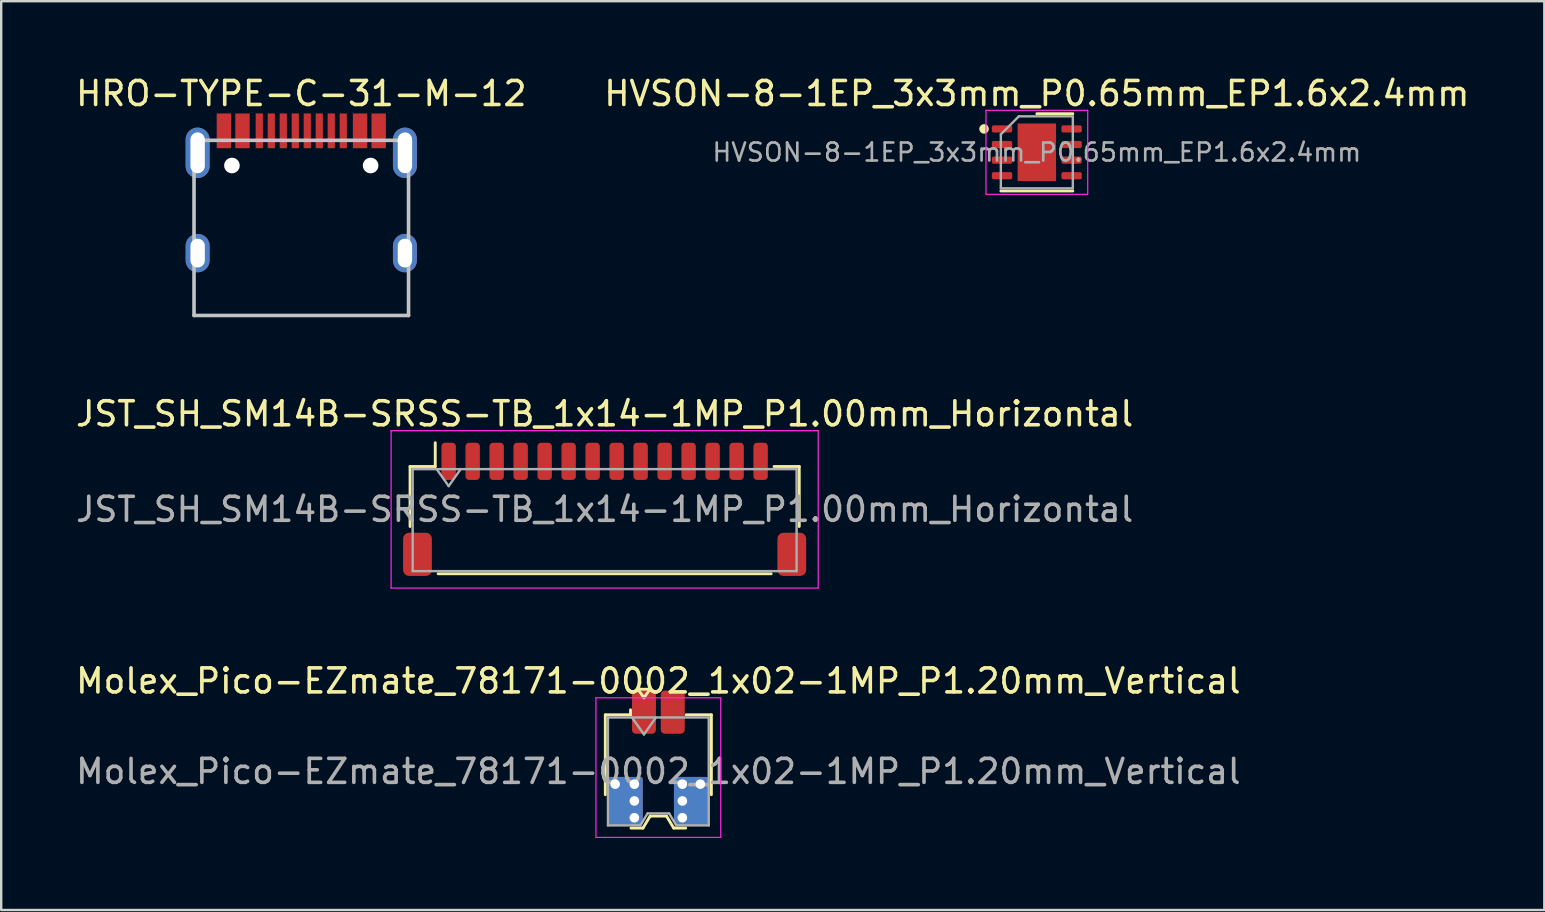
<source format=kicad_pcb>
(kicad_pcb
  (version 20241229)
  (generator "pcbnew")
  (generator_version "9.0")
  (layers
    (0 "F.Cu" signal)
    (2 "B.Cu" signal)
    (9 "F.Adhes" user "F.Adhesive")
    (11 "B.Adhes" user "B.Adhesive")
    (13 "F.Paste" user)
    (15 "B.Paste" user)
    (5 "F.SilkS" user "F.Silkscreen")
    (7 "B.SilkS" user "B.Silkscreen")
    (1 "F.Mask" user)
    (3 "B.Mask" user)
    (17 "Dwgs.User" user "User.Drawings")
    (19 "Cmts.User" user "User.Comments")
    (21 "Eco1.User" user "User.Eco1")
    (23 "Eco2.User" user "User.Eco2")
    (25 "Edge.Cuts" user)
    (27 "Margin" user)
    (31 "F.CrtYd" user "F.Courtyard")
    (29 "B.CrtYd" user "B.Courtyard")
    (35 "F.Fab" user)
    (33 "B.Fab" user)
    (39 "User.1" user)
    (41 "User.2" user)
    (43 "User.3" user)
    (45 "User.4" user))
  (footprint "HRO-TYPE-C-31-M-12"
    (layer "F.Cu")
    (at 9.506 10.098)
    (property "Reference" "HRO-TYPE-C-31-M-12" (at 0 -9.25 0) (layer "F.SilkS") (effects (font (size 1 1) (thickness 0.15))))
    (attr smd)
    (fp_line (start -4.47 -7.3) (end 4.47 -7.3) (stroke (width 0.15) (type solid)) (layer "Dwgs.User"))
    (fp_line (start -4.47 0) (end -4.47 -7.3) (stroke (width 0.15) (type solid)) (layer "Dwgs.User"))
    (fp_line (start -4.47 0) (end 4.47 0) (stroke (width 0.15) (type solid)) (layer "Dwgs.User"))
    (fp_line (start 4.47 0) (end 4.47 -7.3) (stroke (width 0.15) (type solid)) (layer "Dwgs.User"))
    (pad "" np_thru_hole circle (at -2.89 -6.25) (size 0.65 0.65) (drill 0.65) (layers "*.Cu" "*.Mask"))
    (pad "" np_thru_hole circle (at 2.89 -6.25) (size 0.65 0.65) (drill 0.65) (layers "*.Cu" "*.Mask"))
    (pad "A1" smd rect (at -3.225 -7.695) (size 0.6 1.45) (layers "F.Cu" "F.Mask" "F.Paste"))
    (pad "A4" smd rect (at -2.45 -7.695) (size 0.6 1.45) (layers "F.Cu" "F.Mask" "F.Paste"))
    (pad "A5" smd rect (at -1.25 -7.695) (size 0.3 1.45) (layers "F.Cu" "F.Mask" "F.Paste"))
    (pad "A6" smd rect (at -0.25 -7.695) (size 0.3 1.45) (layers "F.Cu" "F.Mask" "F.Paste"))
    (pad "A7" smd rect (at 0.25 -7.695) (size 0.3 1.45) (layers "F.Cu" "F.Mask" "F.Paste"))
    (pad "A8" smd rect (at 1.25 -7.695) (size 0.3 1.45) (layers "F.Cu" "F.Mask" "F.Paste"))
    (pad "A9" smd rect (at 2.45 -7.695) (size 0.6 1.45) (layers "F.Cu" "F.Mask" "F.Paste"))
    (pad "A12" smd rect (at 3.225 -7.695) (size 0.6 1.45) (layers "F.Cu" "F.Mask" "F.Paste"))
    (pad "B5" smd rect (at 1.75 -7.695) (size 0.3 1.45) (layers "F.Cu" "F.Mask" "F.Paste"))
    (pad "B6" smd rect (at 0.75 -7.695) (size 0.3 1.45) (layers "F.Cu" "F.Mask" "F.Paste"))
    (pad "B7" smd rect (at -0.75 -7.695) (size 0.3 1.45) (layers "F.Cu" "F.Mask" "F.Paste"))
    (pad "B8" smd rect (at -1.75 -7.695) (size 0.3 1.45) (layers "F.Cu" "F.Mask" "F.Paste"))
    (pad "S1" thru_hole oval (at -4.32 -6.78) (size 1 2.1) (drill oval 0.6 1.7) (layers "*.Cu" "*.Mask"))
    (pad "S1" thru_hole oval (at -4.32 -2.6) (size 1 1.6) (drill oval 0.6 1.2) (layers "*.Cu" "*.Mask"))
    (pad "S1" thru_hole oval (at 4.32 -6.78) (size 1 2.1) (drill oval 0.6 1.7) (layers "*.Cu" "*.Mask"))
    (pad "S1" thru_hole oval (at 4.32 -2.6) (size 1 1.6) (drill oval 0.6 1.2) (layers "*.Cu" "*.Mask")))
  (footprint "HVSON-8-1EP_3x3mm_P0.65mm_EP1.6x2.4mm"
    (layer "F.Cu")
    (at 40.161 3.298)
    (property "Reference" "HVSON-8-1EP_3x3mm_P0.65mm_EP1.6x2.4mm" (at 0 -2.45 0) (layer "F.SilkS") (effects (font (size 1 1) (thickness 0.15))))
    (attr smd)
    (fp_line (start -1.5 1.61) (end 1.5 1.61) (stroke (width 0.12) (type solid)) (layer "F.SilkS"))
    (fp_line (start 0 -1.61) (end 1.5 -1.61) (stroke (width 0.12) (type solid)) (layer "F.SilkS"))
    (fp_circle (center -2.2 -0.975) (end -2.1 -0.975) (stroke (width 0.2) (type solid)) (fill no) (layer "F.SilkS"))
    (fp_line (start -2.12 -1.75) (end -2.12 1.75) (stroke (width 0.05) (type solid)) (layer "F.CrtYd"))
    (fp_line (start -2.12 1.75) (end 2.12 1.75) (stroke (width 0.05) (type solid)) (layer "F.CrtYd"))
    (fp_line (start 2.12 -1.75) (end -2.12 -1.75) (stroke (width 0.05) (type solid)) (layer "F.CrtYd"))
    (fp_line (start 2.12 1.75) (end 2.12 -1.75) (stroke (width 0.05) (type solid)) (layer "F.CrtYd"))
    (fp_line (start -1.5 -0.75) (end -0.75 -1.5) (stroke (width 0.1) (type solid)) (layer "F.Fab"))
    (fp_line (start -1.5 1.5) (end -1.5 -0.75) (stroke (width 0.1) (type solid)) (layer "F.Fab"))
    (fp_line (start -0.75 -1.5) (end 1.5 -1.5) (stroke (width 0.1) (type solid)) (layer "F.Fab"))
    (fp_line (start 1.5 -1.5) (end 1.5 1.5) (stroke (width 0.1) (type solid)) (layer "F.Fab"))
    (fp_line (start 1.5 1.5) (end -1.5 1.5) (stroke (width 0.1) (type solid)) (layer "F.Fab"))
    (fp_text user "${REFERENCE}" (at 0 0 0) (layer "F.Fab") (effects (font (size 0.75 0.75) (thickness 0.11))))
    (pad "" smd roundrect (at -0.4 -0.6) (size 0.64 0.97) (layers "F.Paste") (roundrect_rratio 0.25))
    (pad "" smd roundrect (at -0.4 0.6) (size 0.64 0.97) (layers "F.Paste") (roundrect_rratio 0.25))
    (pad "" smd roundrect (at 0.4 -0.6) (size 0.64 0.97) (layers "F.Paste") (roundrect_rratio 0.25))
    (pad "" smd roundrect (at 0.4 0.6) (size 0.64 0.97) (layers "F.Paste") (roundrect_rratio 0.25))
    (pad "1" smd roundrect (at -1.45 -0.975) (size 0.85 0.3) (layers "F.Cu" "F.Mask" "F.Paste") (roundrect_rratio 0.25))
    (pad "2" smd roundrect (at -1.45 -0.325) (size 0.85 0.3) (layers "F.Cu" "F.Mask" "F.Paste") (roundrect_rratio 0.25))
    (pad "3" smd roundrect (at -1.45 0.325) (size 0.85 0.3) (layers "F.Cu" "F.Mask" "F.Paste") (roundrect_rratio 0.25))
    (pad "4" smd roundrect (at -1.45 0.975) (size 0.85 0.3) (layers "F.Cu" "F.Mask" "F.Paste") (roundrect_rratio 0.25))
    (pad "5" smd roundrect (at 1.45 0.975) (size 0.85 0.3) (layers "F.Cu" "F.Mask" "F.Paste") (roundrect_rratio 0.25))
    (pad "6" smd roundrect (at 1.45 0.325) (size 0.85 0.3) (layers "F.Cu" "F.Mask" "F.Paste") (roundrect_rratio 0.25))
    (pad "7" smd roundrect (at 1.45 -0.325) (size 0.85 0.3) (layers "F.Cu" "F.Mask" "F.Paste") (roundrect_rratio 0.25))
    (pad "8" smd roundrect (at 1.45 -0.975) (size 0.85 0.3) (layers "F.Cu" "F.Mask" "F.Paste") (roundrect_rratio 0.25))
    (pad "9" smd rect (at 0 0) (size 1.6 2.4) (layers "F.Cu" "F.Mask")))
  (footprint "JST_SH_SM14B-SRSS-TB_1x14-1MP_P1.00mm_Horizontal"
    (layer "F.Cu")
    (at 22.149 18.177)
    (property "Reference" "JST_SH_SM14B-SRSS-TB_1x14-1MP_P1.00mm_Horizontal" (at 0 -3.98 0) (layer "F.SilkS") (effects (font (size 1 1) (thickness 0.15))))
    (attr smd)
    (fp_line (start -8.11 -1.785) (end -7.06 -1.785) (stroke (width 0.12) (type solid)) (layer "F.SilkS"))
    (fp_line (start -8.11 0.715) (end -8.11 -1.785) (stroke (width 0.12) (type solid)) (layer "F.SilkS"))
    (fp_line (start -7.06 -1.785) (end -7.06 -2.775) (stroke (width 0.12) (type solid)) (layer "F.SilkS"))
    (fp_line (start -6.94 2.685) (end 6.94 2.685) (stroke (width 0.12) (type solid)) (layer "F.SilkS"))
    (fp_line (start 8.11 -1.785) (end 7.06 -1.785) (stroke (width 0.12) (type solid)) (layer "F.SilkS"))
    (fp_line (start 8.11 0.715) (end 8.11 -1.785) (stroke (width 0.12) (type solid)) (layer "F.SilkS"))
    (fp_line (start -8.9 -3.28) (end -8.9 3.28) (stroke (width 0.05) (type solid)) (layer "F.CrtYd"))
    (fp_line (start -8.9 3.28) (end 8.9 3.28) (stroke (width 0.05) (type solid)) (layer "F.CrtYd"))
    (fp_line (start 8.9 -3.28) (end -8.9 -3.28) (stroke (width 0.05) (type solid)) (layer "F.CrtYd"))
    (fp_line (start 8.9 3.28) (end 8.9 -3.28) (stroke (width 0.05) (type solid)) (layer "F.CrtYd"))
    (fp_line (start -8 -1.675) (end -8 2.575) (stroke (width 0.1) (type solid)) (layer "F.Fab"))
    (fp_line (start -8 -1.675) (end 8 -1.675) (stroke (width 0.1) (type solid)) (layer "F.Fab"))
    (fp_line (start -8 2.575) (end 8 2.575) (stroke (width 0.1) (type solid)) (layer "F.Fab"))
    (fp_line (start -7 -1.675) (end -6.5 -0.968) (stroke (width 0.1) (type solid)) (layer "F.Fab"))
    (fp_line (start -6.5 -0.968) (end -6 -1.675) (stroke (width 0.1) (type solid)) (layer "F.Fab"))
    (fp_line (start 8 -1.675) (end 8 2.575) (stroke (width 0.1) (type solid)) (layer "F.Fab"))
    (fp_text user "${REFERENCE}" (at 0 0 0) (layer "F.Fab") (effects (font (size 1 1) (thickness 0.15))))
    (pad "1" smd roundrect (at -6.5 -2) (size 0.6 1.55) (layers "F.Cu" "F.Mask" "F.Paste") (roundrect_rratio 0.25))
    (pad "2" smd roundrect (at -5.5 -2) (size 0.6 1.55) (layers "F.Cu" "F.Mask" "F.Paste") (roundrect_rratio 0.25))
    (pad "3" smd roundrect (at -4.5 -2) (size 0.6 1.55) (layers "F.Cu" "F.Mask" "F.Paste") (roundrect_rratio 0.25))
    (pad "4" smd roundrect (at -3.5 -2) (size 0.6 1.55) (layers "F.Cu" "F.Mask" "F.Paste") (roundrect_rratio 0.25))
    (pad "5" smd roundrect (at -2.5 -2) (size 0.6 1.55) (layers "F.Cu" "F.Mask" "F.Paste") (roundrect_rratio 0.25))
    (pad "6" smd roundrect (at -1.5 -2) (size 0.6 1.55) (layers "F.Cu" "F.Mask" "F.Paste") (roundrect_rratio 0.25))
    (pad "7" smd roundrect (at -0.5 -2) (size 0.6 1.55) (layers "F.Cu" "F.Mask" "F.Paste") (roundrect_rratio 0.25))
    (pad "8" smd roundrect (at 0.5 -2) (size 0.6 1.55) (layers "F.Cu" "F.Mask" "F.Paste") (roundrect_rratio 0.25))
    (pad "9" smd roundrect (at 1.5 -2) (size 0.6 1.55) (layers "F.Cu" "F.Mask" "F.Paste") (roundrect_rratio 0.25))
    (pad "10" smd roundrect (at 2.5 -2) (size 0.6 1.55) (layers "F.Cu" "F.Mask" "F.Paste") (roundrect_rratio 0.25))
    (pad "11" smd roundrect (at 3.5 -2) (size 0.6 1.55) (layers "F.Cu" "F.Mask" "F.Paste") (roundrect_rratio 0.25))
    (pad "12" smd roundrect (at 4.5 -2) (size 0.6 1.55) (layers "F.Cu" "F.Mask" "F.Paste") (roundrect_rratio 0.25))
    (pad "13" smd roundrect (at 5.5 -2) (size 0.6 1.55) (layers "F.Cu" "F.Mask" "F.Paste") (roundrect_rratio 0.25))
    (pad "14" smd roundrect (at 6.5 -2) (size 0.6 1.55) (layers "F.Cu" "F.Mask" "F.Paste") (roundrect_rratio 0.25))
    (pad "MP" smd roundrect (at -7.8 1.875) (size 1.2 1.8) (layers "F.Cu" "F.Mask" "F.Paste") (roundrect_rratio 0.208))
    (pad "MP" smd roundrect (at 7.8 1.875) (size 1.2 1.8) (layers "F.Cu" "F.Mask" "F.Paste") (roundrect_rratio 0.208)))
  (footprint "Molex_Pico-EZmate_78171-0002_1x02-1MP_P1.20mm_Vertical"
    (layer "F.Cu")
    (at 24.387 28.83)
    (property "Reference" "Molex_Pico-EZmate_78171-0002_1x02-1MP_P1.20mm_Vertical" (at 0 -3.5 0) (layer "F.SilkS") (effects (font (size 1 1) (thickness 0.15))))
    (attr smd)
    (fp_line (start -2.21 -2.09) (end -1.16 -2.09) (stroke (width 0.12) (type solid)) (layer "F.SilkS"))
    (fp_line (start -2.21 1.24) (end -2.21 -2.09) (stroke (width 0.12) (type solid)) (layer "F.SilkS"))
    (fp_line (start -1.16 -2.09) (end -1.16 -2.3) (stroke (width 0.12) (type solid)) (layer "F.SilkS"))
    (fp_line (start -1.14 2.63) (end -0.64 2.63) (stroke (width 0.12) (type solid)) (layer "F.SilkS"))
    (fp_line (start -0.85 -3.154) (end -0.6 -2.8) (stroke (width 0.12) (type solid)) (layer "F.SilkS"))
    (fp_line (start -0.64 2.63) (end -0.34 2.13) (stroke (width 0.12) (type solid)) (layer "F.SilkS"))
    (fp_line (start -0.6 -2.8) (end -0.35 -3.154) (stroke (width 0.12) (type solid)) (layer "F.SilkS"))
    (fp_line (start -0.35 -3.154) (end -0.85 -3.154) (stroke (width 0.12) (type solid)) (layer "F.SilkS"))
    (fp_line (start -0.34 2.13) (end 0.34 2.13) (stroke (width 0.12) (type solid)) (layer "F.SilkS"))
    (fp_line (start 0.34 2.13) (end 0.64 2.63) (stroke (width 0.12) (type solid)) (layer "F.SilkS"))
    (fp_line (start 0.64 2.63) (end 1.14 2.63) (stroke (width 0.12) (type solid)) (layer "F.SilkS"))
    (fp_line (start 2.21 -2.09) (end 1.16 -2.09) (stroke (width 0.12) (type solid)) (layer "F.SilkS"))
    (fp_line (start 2.21 1.24) (end 2.21 -2.09) (stroke (width 0.12) (type solid)) (layer "F.SilkS"))
    (fp_line (start -2.6 -2.8) (end -2.6 3.02) (stroke (width 0.05) (type solid)) (layer "F.CrtYd"))
    (fp_line (start -2.6 3.02) (end 2.6 3.02) (stroke (width 0.05) (type solid)) (layer "F.CrtYd"))
    (fp_line (start 2.6 -2.8) (end -2.6 -2.8) (stroke (width 0.05) (type solid)) (layer "F.CrtYd"))
    (fp_line (start 2.6 3.02) (end 2.6 -2.8) (stroke (width 0.05) (type solid)) (layer "F.CrtYd"))
    (fp_line (start -2.1 -1.98) (end -2.1 2.52) (stroke (width 0.1) (type solid)) (layer "F.Fab"))
    (fp_line (start -2.1 -1.98) (end 2.1 -1.98) (stroke (width 0.1) (type solid)) (layer "F.Fab"))
    (fp_line (start -2.1 2.52) (end -0.75 2.52) (stroke (width 0.1) (type solid)) (layer "F.Fab"))
    (fp_line (start -1.1 -1.98) (end -0.6 -1.273) (stroke (width 0.1) (type solid)) (layer "F.Fab"))
    (fp_line (start -0.75 2.52) (end -0.45 2.02) (stroke (width 0.1) (type solid)) (layer "F.Fab"))
    (fp_line (start -0.6 -1.273) (end -0.1 -1.98) (stroke (width 0.1) (type solid)) (layer "F.Fab"))
    (fp_line (start -0.45 2.02) (end 0.45 2.02) (stroke (width 0.1) (type solid)) (layer "F.Fab"))
    (fp_line (start 0.45 2.02) (end 0.75 2.52) (stroke (width 0.1) (type solid)) (layer "F.Fab"))
    (fp_line (start 0.75 2.52) (end 2.1 2.52) (stroke (width 0.1) (type solid)) (layer "F.Fab"))
    (fp_line (start 2.1 -1.98) (end 2.1 2.52) (stroke (width 0.1) (type solid)) (layer "F.Fab"))
    (fp_text user "${REFERENCE}" (at 0 0.27 0) (layer "F.Fab") (effects (font (size 1 1) (thickness 0.15))))
    (pad "" smd roundrect (at -1.75 2) (size 0.7 1) (layers "F.Mask" "F.Paste") (roundrect_rratio 0.143))
    (pad "" smd roundrect (at -0.6 -2) (size 0.75 1.2) (layers "F.Mask" "F.Paste") (roundrect_rratio 0.167))
    (pad "" smd roundrect (at 0.6 -2) (size 0.75 1.2) (layers "F.Mask" "F.Paste") (roundrect_rratio 0.167))
    (pad "" smd roundrect (at 1.75 2) (size 0.7 1) (layers "F.Mask" "F.Paste") (roundrect_rratio 0.143))
    (pad "1" smd roundrect (at -0.6 -2.2) (size 1 1.8) (layers "F.Cu") (roundrect_rratio 0.167))
    (pad "2" smd roundrect (at 0.6 -2.2) (size 1 1.8) (layers "F.Cu") (roundrect_rratio 0.167))
    (pad "MP" thru_hole circle (at -1.8 0.8) (size 0.6 0.6) (drill 0.4) (layers "*.Cu"))
    (pad "MP" smd roundrect (at -1.375 1.5) (size 1.45 2) (layers "F.Cu") (roundrect_rratio 0.069))
    (pad "MP" smd roundrect (at -1.375 1.5) (size 1.45 2) (layers "B.Cu") (roundrect_rratio 0.069))
    (pad "MP" thru_hole circle (at -1 0.8) (size 0.6 0.6) (drill 0.4) (layers "*.Cu"))
    (pad "MP" thru_hole circle (at -1 1.5) (size 0.6 0.6) (drill 0.4) (layers "*.Cu"))
    (pad "MP" thru_hole circle (at -1 2.2) (size 0.6 0.6) (drill 0.4) (layers "*.Cu"))
    (pad "MP" thru_hole circle (at 1 0.8) (size 0.6 0.6) (drill 0.4) (layers "*.Cu"))
    (pad "MP" thru_hole circle (at 1 1.5) (size 0.6 0.6) (drill 0.4) (layers "*.Cu"))
    (pad "MP" thru_hole circle (at 1 2.2) (size 0.6 0.6) (drill 0.4) (layers "*.Cu"))
    (pad "MP" smd roundrect (at 1.375 1.5) (size 1.45 2) (layers "F.Cu") (roundrect_rratio 0.069))
    (pad "MP" smd roundrect (at 1.375 1.5) (size 1.45 2) (layers "B.Cu") (roundrect_rratio 0.069))
    (pad "MP" thru_hole circle (at 1.75 0.8) (size 0.6 0.6) (drill 0.4) (layers "*.Cu")))
  (gr_rect
    (start -3 -3)
    (end 61.31 34.875)
    (stroke (width 0.1) (type default))
    (fill no)
    (layer "Edge.Cuts")))
</source>
